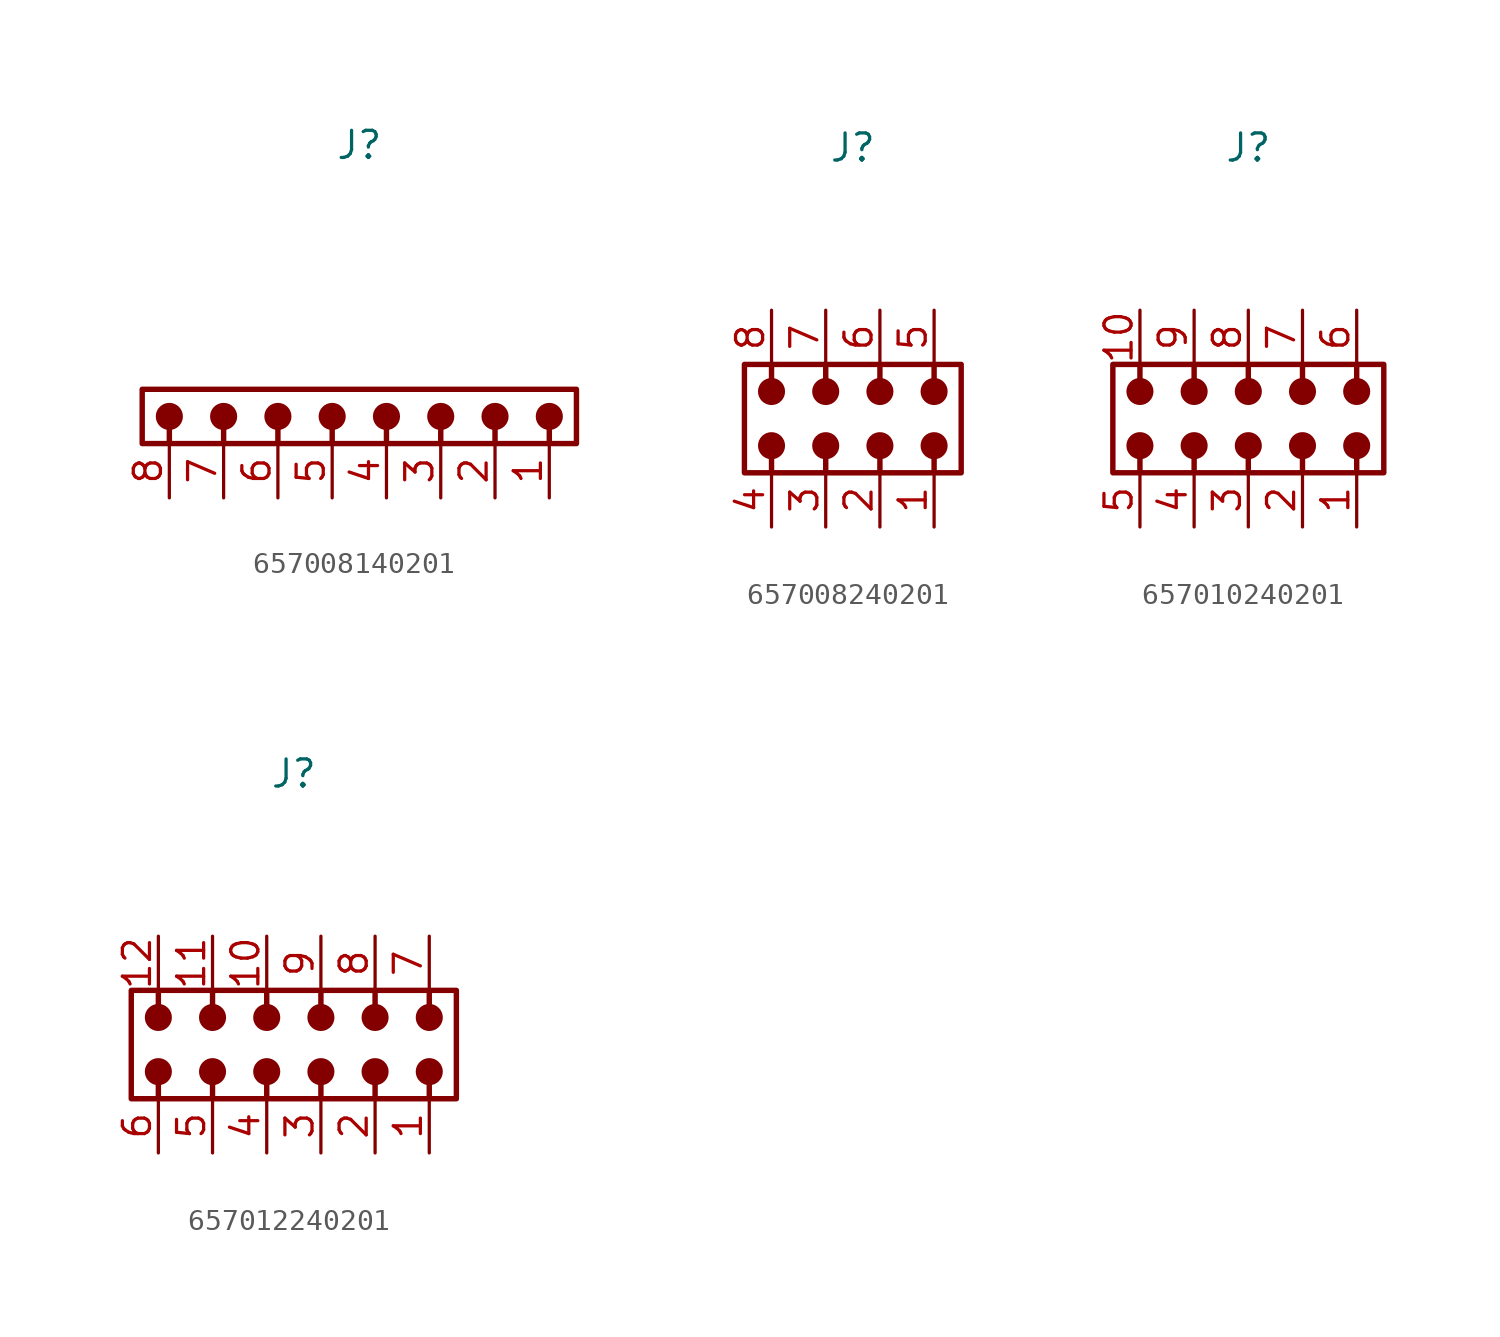
<source format=kicad_sym>
(kicad_symbol_lib
  (version 20241209)
  (generator "kicad_symbol_editor")
  (generator_version "9.0")
  (symbol "657008140201"
    (pin_names
      (hide yes))
    (property "Reference" "J"
      (at 0 12.7 0)
      (effects (font (size 1.27 1.27))))
    (symbol "657008140201_1_1"
      (rectangle (start -10.16 1.27) (end 10.16 -1.27) (stroke (width 0.254) (type solid)) (fill (type none)))
      (circle (center -8.89 0) (radius 0.508) (stroke (width 0.254) (type solid)) (fill (type outline)))
      (polyline (pts (xy -8.89 -0.508) (xy -8.89 -1.27)) (stroke (width 0.254) (type solid)) (fill (type none)))
      (circle (center -6.35 0) (radius 0.508) (stroke (width 0.254) (type solid)) (fill (type outline)))
      (polyline (pts (xy -6.35 -0.508) (xy -6.35 -1.27)) (stroke (width 0.254) (type solid)) (fill (type none)))
      (circle (center -3.81 0) (radius 0.508) (stroke (width 0.254) (type solid)) (fill (type outline)))
      (polyline (pts (xy -3.81 -0.508) (xy -3.81 -1.27)) (stroke (width 0.254) (type solid)) (fill (type none)))
      (circle (center -1.27 0) (radius 0.508) (stroke (width 0.254) (type solid)) (fill (type outline)))
      (polyline (pts (xy -1.27 -0.508) (xy -1.27 -1.27)) (stroke (width 0.254) (type solid)) (fill (type none)))
      (circle (center 1.27 0) (radius 0.508) (stroke (width 0.254) (type solid)) (fill (type outline)))
      (polyline (pts (xy 1.27 -0.508) (xy 1.27 -1.27)) (stroke (width 0.254) (type solid)) (fill (type none)))
      (circle (center 3.81 0) (radius 0.508) (stroke (width 0.254) (type solid)) (fill (type outline)))
      (polyline (pts (xy 3.81 -0.508) (xy 3.81 -1.27)) (stroke (width 0.254) (type solid)) (fill (type none)))
      (circle (center 6.35 0) (radius 0.508) (stroke (width 0.254) (type solid)) (fill (type outline)))
      (polyline (pts (xy 6.35 -0.508) (xy 6.35 -1.27)) (stroke (width 0.254) (type solid)) (fill (type none)))
      (circle (center 8.89 0) (radius 0.508) (stroke (width 0.254) (type solid)) (fill (type outline)))
      (polyline (pts (xy 8.89 -0.508) (xy 8.89 -1.27)) (stroke (width 0.254) (type solid)) (fill (type none)))
      (pin passive line (at -8.89 -3.81 90) (length 2.54) (name "8" (effects (font (size 1.27 1.27)))) (number "8" (effects (font (size 1.27 1.27)))))
      (pin passive line (at -6.35 -3.81 90) (length 2.54) (name "7" (effects (font (size 1.27 1.27)))) (number "7" (effects (font (size 1.27 1.27)))))
      (pin passive line (at -3.81 -3.81 90) (length 2.54) (name "6" (effects (font (size 1.27 1.27)))) (number "6" (effects (font (size 1.27 1.27)))))
      (pin passive line (at -1.27 -3.81 90) (length 2.54) (name "5" (effects (font (size 1.27 1.27)))) (number "5" (effects (font (size 1.27 1.27)))))
      (pin passive line (at 1.27 -3.81 90) (length 2.54) (name "4" (effects (font (size 1.27 1.27)))) (number "4" (effects (font (size 1.27 1.27)))))
      (pin passive line (at 3.81 -3.81 90) (length 2.54) (name "3" (effects (font (size 1.27 1.27)))) (number "3" (effects (font (size 1.27 1.27)))))
      (pin passive line (at 6.35 -3.81 90) (length 2.54) (name "2" (effects (font (size 1.27 1.27)))) (number "2" (effects (font (size 1.27 1.27)))))
      (pin passive line (at 8.89 -3.81 90) (length 2.54) (name "1" (effects (font (size 1.27 1.27)))) (number "1" (effects (font (size 1.27 1.27)))))))
  (symbol "657008240201"
    (pin_names
      (hide yes))
    (property "Reference" "J"
      (at 0 12.7 0)
      (effects (font (size 1.27 1.27))))
    (symbol "657008240201_1_1"
      (rectangle (start -5.08 2.54) (end 5.08 -2.54) (stroke (width 0.254) (type solid)) (fill (type none)))
      (polyline (pts (xy -3.81 1.778) (xy -3.81 2.54)) (stroke (width 0.254) (type solid)) (fill (type none)))
      (circle (center -3.81 1.27) (radius 0.508) (stroke (width 0.254) (type solid)) (fill (type outline)))
      (circle (center -3.81 -1.27) (radius 0.508) (stroke (width 0.254) (type solid)) (fill (type outline)))
      (polyline (pts (xy -3.81 -1.778) (xy -3.81 -2.54)) (stroke (width 0.254) (type solid)) (fill (type none)))
      (polyline (pts (xy -1.27 1.778) (xy -1.27 2.54)) (stroke (width 0.254) (type solid)) (fill (type none)))
      (circle (center -1.27 1.27) (radius 0.508) (stroke (width 0.254) (type solid)) (fill (type outline)))
      (circle (center -1.27 -1.27) (radius 0.508) (stroke (width 0.254) (type solid)) (fill (type outline)))
      (polyline (pts (xy -1.27 -1.778) (xy -1.27 -2.54)) (stroke (width 0.254) (type solid)) (fill (type none)))
      (polyline (pts (xy 1.27 1.778) (xy 1.27 2.54)) (stroke (width 0.254) (type solid)) (fill (type none)))
      (circle (center 1.27 1.27) (radius 0.508) (stroke (width 0.254) (type solid)) (fill (type outline)))
      (circle (center 1.27 -1.27) (radius 0.508) (stroke (width 0.254) (type solid)) (fill (type outline)))
      (polyline (pts (xy 1.27 -1.778) (xy 1.27 -2.54)) (stroke (width 0.254) (type solid)) (fill (type none)))
      (polyline (pts (xy 3.81 1.778) (xy 3.81 2.54)) (stroke (width 0.254) (type solid)) (fill (type none)))
      (circle (center 3.81 1.27) (radius 0.508) (stroke (width 0.254) (type solid)) (fill (type outline)))
      (circle (center 3.81 -1.27) (radius 0.508) (stroke (width 0.254) (type solid)) (fill (type outline)))
      (polyline (pts (xy 3.81 -1.778) (xy 3.81 -2.54)) (stroke (width 0.254) (type solid)) (fill (type none)))
      (pin passive line (at -3.81 5.08 270) (length 2.54) (name "8" (effects (font (size 1.27 1.27)))) (number "8" (effects (font (size 1.27 1.27)))))
      (pin passive line (at -3.81 -5.08 90) (length 2.54) (name "4" (effects (font (size 1.27 1.27)))) (number "4" (effects (font (size 1.27 1.27)))))
      (pin passive line (at -1.27 5.08 270) (length 2.54) (name "7" (effects (font (size 1.27 1.27)))) (number "7" (effects (font (size 1.27 1.27)))))
      (pin passive line (at -1.27 -5.08 90) (length 2.54) (name "3" (effects (font (size 1.27 1.27)))) (number "3" (effects (font (size 1.27 1.27)))))
      (pin passive line (at 1.27 5.08 270) (length 2.54) (name "6" (effects (font (size 1.27 1.27)))) (number "6" (effects (font (size 1.27 1.27)))))
      (pin passive line (at 1.27 -5.08 90) (length 2.54) (name "2" (effects (font (size 1.27 1.27)))) (number "2" (effects (font (size 1.27 1.27)))))
      (pin passive line (at 3.81 5.08 270) (length 2.54) (name "5" (effects (font (size 1.27 1.27)))) (number "5" (effects (font (size 1.27 1.27)))))
      (pin passive line (at 3.81 -5.08 90) (length 2.54) (name "1" (effects (font (size 1.27 1.27)))) (number "1" (effects (font (size 1.27 1.27)))))))
  (symbol "657010240201"
    (pin_names
      (hide yes))
    (property "Reference" "J"
      (at 0 12.7 0)
      (effects (font (size 1.27 1.27))))
    (symbol "657010240201_1_1"
      (rectangle (start -6.35 2.54) (end 6.35 -2.54) (stroke (width 0.254) (type solid)) (fill (type none)))
      (polyline (pts (xy -5.08 1.778) (xy -5.08 2.54)) (stroke (width 0.254) (type solid)) (fill (type none)))
      (circle (center -5.08 1.27) (radius 0.508) (stroke (width 0.254) (type solid)) (fill (type outline)))
      (circle (center -5.08 -1.27) (radius 0.508) (stroke (width 0.254) (type solid)) (fill (type outline)))
      (polyline (pts (xy -5.08 -1.778) (xy -5.08 -2.54)) (stroke (width 0.254) (type solid)) (fill (type none)))
      (polyline (pts (xy -2.54 1.778) (xy -2.54 2.54)) (stroke (width 0.254) (type solid)) (fill (type none)))
      (circle (center -2.54 1.27) (radius 0.508) (stroke (width 0.254) (type solid)) (fill (type outline)))
      (circle (center -2.54 -1.27) (radius 0.508) (stroke (width 0.254) (type solid)) (fill (type outline)))
      (polyline (pts (xy -2.54 -1.778) (xy -2.54 -2.54)) (stroke (width 0.254) (type solid)) (fill (type none)))
      (polyline (pts (xy 0 1.778) (xy 0 2.54)) (stroke (width 0.254) (type solid)) (fill (type none)))
      (circle (center 0 1.27) (radius 0.508) (stroke (width 0.254) (type solid)) (fill (type outline)))
      (circle (center 0 -1.27) (radius 0.508) (stroke (width 0.254) (type solid)) (fill (type outline)))
      (polyline (pts (xy 0 -1.778) (xy 0 -2.54)) (stroke (width 0.254) (type solid)) (fill (type none)))
      (polyline (pts (xy 2.54 1.778) (xy 2.54 2.54)) (stroke (width 0.254) (type solid)) (fill (type none)))
      (circle (center 2.54 1.27) (radius 0.508) (stroke (width 0.254) (type solid)) (fill (type outline)))
      (circle (center 2.54 -1.27) (radius 0.508) (stroke (width 0.254) (type solid)) (fill (type outline)))
      (polyline (pts (xy 2.54 -1.778) (xy 2.54 -2.54)) (stroke (width 0.254) (type solid)) (fill (type none)))
      (polyline (pts (xy 5.08 1.778) (xy 5.08 2.54)) (stroke (width 0.254) (type solid)) (fill (type none)))
      (circle (center 5.08 1.27) (radius 0.508) (stroke (width 0.254) (type solid)) (fill (type outline)))
      (circle (center 5.08 -1.27) (radius 0.508) (stroke (width 0.254) (type solid)) (fill (type outline)))
      (polyline (pts (xy 5.08 -1.778) (xy 5.08 -2.54)) (stroke (width 0.254) (type solid)) (fill (type none)))
      (pin passive line (at -5.08 5.08 270) (length 2.54) (name "10" (effects (font (size 1.27 1.27)))) (number "10" (effects (font (size 1.27 1.27)))))
      (pin passive line (at -5.08 -5.08 90) (length 2.54) (name "5" (effects (font (size 1.27 1.27)))) (number "5" (effects (font (size 1.27 1.27)))))
      (pin passive line (at -2.54 5.08 270) (length 2.54) (name "9" (effects (font (size 1.27 1.27)))) (number "9" (effects (font (size 1.27 1.27)))))
      (pin passive line (at -2.54 -5.08 90) (length 2.54) (name "4" (effects (font (size 1.27 1.27)))) (number "4" (effects (font (size 1.27 1.27)))))
      (pin passive line (at 0 5.08 270) (length 2.54) (name "8" (effects (font (size 1.27 1.27)))) (number "8" (effects (font (size 1.27 1.27)))))
      (pin passive line (at 0 -5.08 90) (length 2.54) (name "3" (effects (font (size 1.27 1.27)))) (number "3" (effects (font (size 1.27 1.27)))))
      (pin passive line (at 2.54 5.08 270) (length 2.54) (name "7" (effects (font (size 1.27 1.27)))) (number "7" (effects (font (size 1.27 1.27)))))
      (pin passive line (at 2.54 -5.08 90) (length 2.54) (name "2" (effects (font (size 1.27 1.27)))) (number "2" (effects (font (size 1.27 1.27)))))
      (pin passive line (at 5.08 5.08 270) (length 2.54) (name "6" (effects (font (size 1.27 1.27)))) (number "6" (effects (font (size 1.27 1.27)))))
      (pin passive line (at 5.08 -5.08 90) (length 2.54) (name "1" (effects (font (size 1.27 1.27)))) (number "1" (effects (font (size 1.27 1.27)))))))
  (symbol "657012240201"
    (pin_names
      (hide yes))
    (property "Reference" "J"
      (at 0 12.7 0)
      (effects (font (size 1.27 1.27))))
    (symbol "657012240201_1_1"
      (rectangle (start -7.62 2.54) (end 7.62 -2.54) (stroke (width 0.254) (type solid)) (fill (type none)))
      (polyline (pts (xy -6.35 1.778) (xy -6.35 2.54)) (stroke (width 0.254) (type solid)) (fill (type none)))
      (circle (center -6.35 1.27) (radius 0.508) (stroke (width 0.254) (type solid)) (fill (type outline)))
      (circle (center -6.35 -1.27) (radius 0.508) (stroke (width 0.254) (type solid)) (fill (type outline)))
      (polyline (pts (xy -6.35 -1.778) (xy -6.35 -2.54)) (stroke (width 0.254) (type solid)) (fill (type none)))
      (polyline (pts (xy -3.81 1.778) (xy -3.81 2.54)) (stroke (width 0.254) (type solid)) (fill (type none)))
      (circle (center -3.81 1.27) (radius 0.508) (stroke (width 0.254) (type solid)) (fill (type outline)))
      (circle (center -3.81 -1.27) (radius 0.508) (stroke (width 0.254) (type solid)) (fill (type outline)))
      (polyline (pts (xy -3.81 -1.778) (xy -3.81 -2.54)) (stroke (width 0.254) (type solid)) (fill (type none)))
      (polyline (pts (xy -1.27 1.778) (xy -1.27 2.54)) (stroke (width 0.254) (type solid)) (fill (type none)))
      (circle (center -1.27 1.27) (radius 0.508) (stroke (width 0.254) (type solid)) (fill (type outline)))
      (circle (center -1.27 -1.27) (radius 0.508) (stroke (width 0.254) (type solid)) (fill (type outline)))
      (polyline (pts (xy -1.27 -1.778) (xy -1.27 -2.54)) (stroke (width 0.254) (type solid)) (fill (type none)))
      (polyline (pts (xy 1.27 1.778) (xy 1.27 2.54)) (stroke (width 0.254) (type solid)) (fill (type none)))
      (circle (center 1.27 1.27) (radius 0.508) (stroke (width 0.254) (type solid)) (fill (type outline)))
      (circle (center 1.27 -1.27) (radius 0.508) (stroke (width 0.254) (type solid)) (fill (type outline)))
      (polyline (pts (xy 1.27 -1.778) (xy 1.27 -2.54)) (stroke (width 0.254) (type solid)) (fill (type none)))
      (polyline (pts (xy 3.81 1.778) (xy 3.81 2.54)) (stroke (width 0.254) (type solid)) (fill (type none)))
      (circle (center 3.81 1.27) (radius 0.508) (stroke (width 0.254) (type solid)) (fill (type outline)))
      (circle (center 3.81 -1.27) (radius 0.508) (stroke (width 0.254) (type solid)) (fill (type outline)))
      (polyline (pts (xy 3.81 -1.778) (xy 3.81 -2.54)) (stroke (width 0.254) (type solid)) (fill (type none)))
      (polyline (pts (xy 6.35 1.778) (xy 6.35 2.54)) (stroke (width 0.254) (type solid)) (fill (type none)))
      (circle (center 6.35 1.27) (radius 0.508) (stroke (width 0.254) (type solid)) (fill (type outline)))
      (circle (center 6.35 -1.27) (radius 0.508) (stroke (width 0.254) (type solid)) (fill (type outline)))
      (polyline (pts (xy 6.35 -1.778) (xy 6.35 -2.54)) (stroke (width 0.254) (type solid)) (fill (type none)))
      (pin passive line (at -6.35 5.08 270) (length 2.54) (name "12" (effects (font (size 1.27 1.27)))) (number "12" (effects (font (size 1.27 1.27)))))
      (pin passive line (at -6.35 -5.08 90) (length 2.54) (name "6" (effects (font (size 1.27 1.27)))) (number "6" (effects (font (size 1.27 1.27)))))
      (pin passive line (at -3.81 5.08 270) (length 2.54) (name "11" (effects (font (size 1.27 1.27)))) (number "11" (effects (font (size 1.27 1.27)))))
      (pin passive line (at -3.81 -5.08 90) (length 2.54) (name "5" (effects (font (size 1.27 1.27)))) (number "5" (effects (font (size 1.27 1.27)))))
      (pin passive line (at -1.27 5.08 270) (length 2.54) (name "10" (effects (font (size 1.27 1.27)))) (number "10" (effects (font (size 1.27 1.27)))))
      (pin passive line (at -1.27 -5.08 90) (length 2.54) (name "4" (effects (font (size 1.27 1.27)))) (number "4" (effects (font (size 1.27 1.27)))))
      (pin passive line (at 1.27 5.08 270) (length 2.54) (name "9" (effects (font (size 1.27 1.27)))) (number "9" (effects (font (size 1.27 1.27)))))
      (pin passive line (at 1.27 -5.08 90) (length 2.54) (name "3" (effects (font (size 1.27 1.27)))) (number "3" (effects (font (size 1.27 1.27)))))
      (pin passive line (at 3.81 5.08 270) (length 2.54) (name "8" (effects (font (size 1.27 1.27)))) (number "8" (effects (font (size 1.27 1.27)))))
      (pin passive line (at 3.81 -5.08 90) (length 2.54) (name "2" (effects (font (size 1.27 1.27)))) (number "2" (effects (font (size 1.27 1.27)))))
      (pin passive line (at 6.35 5.08 270) (length 2.54) (name "7" (effects (font (size 1.27 1.27)))) (number "7" (effects (font (size 1.27 1.27)))))
      (pin passive line (at 6.35 -5.08 90) (length 2.54) (name "1" (effects (font (size 1.27 1.27)))) (number "1" (effects (font (size 1.27 1.27))))))))
</source>
